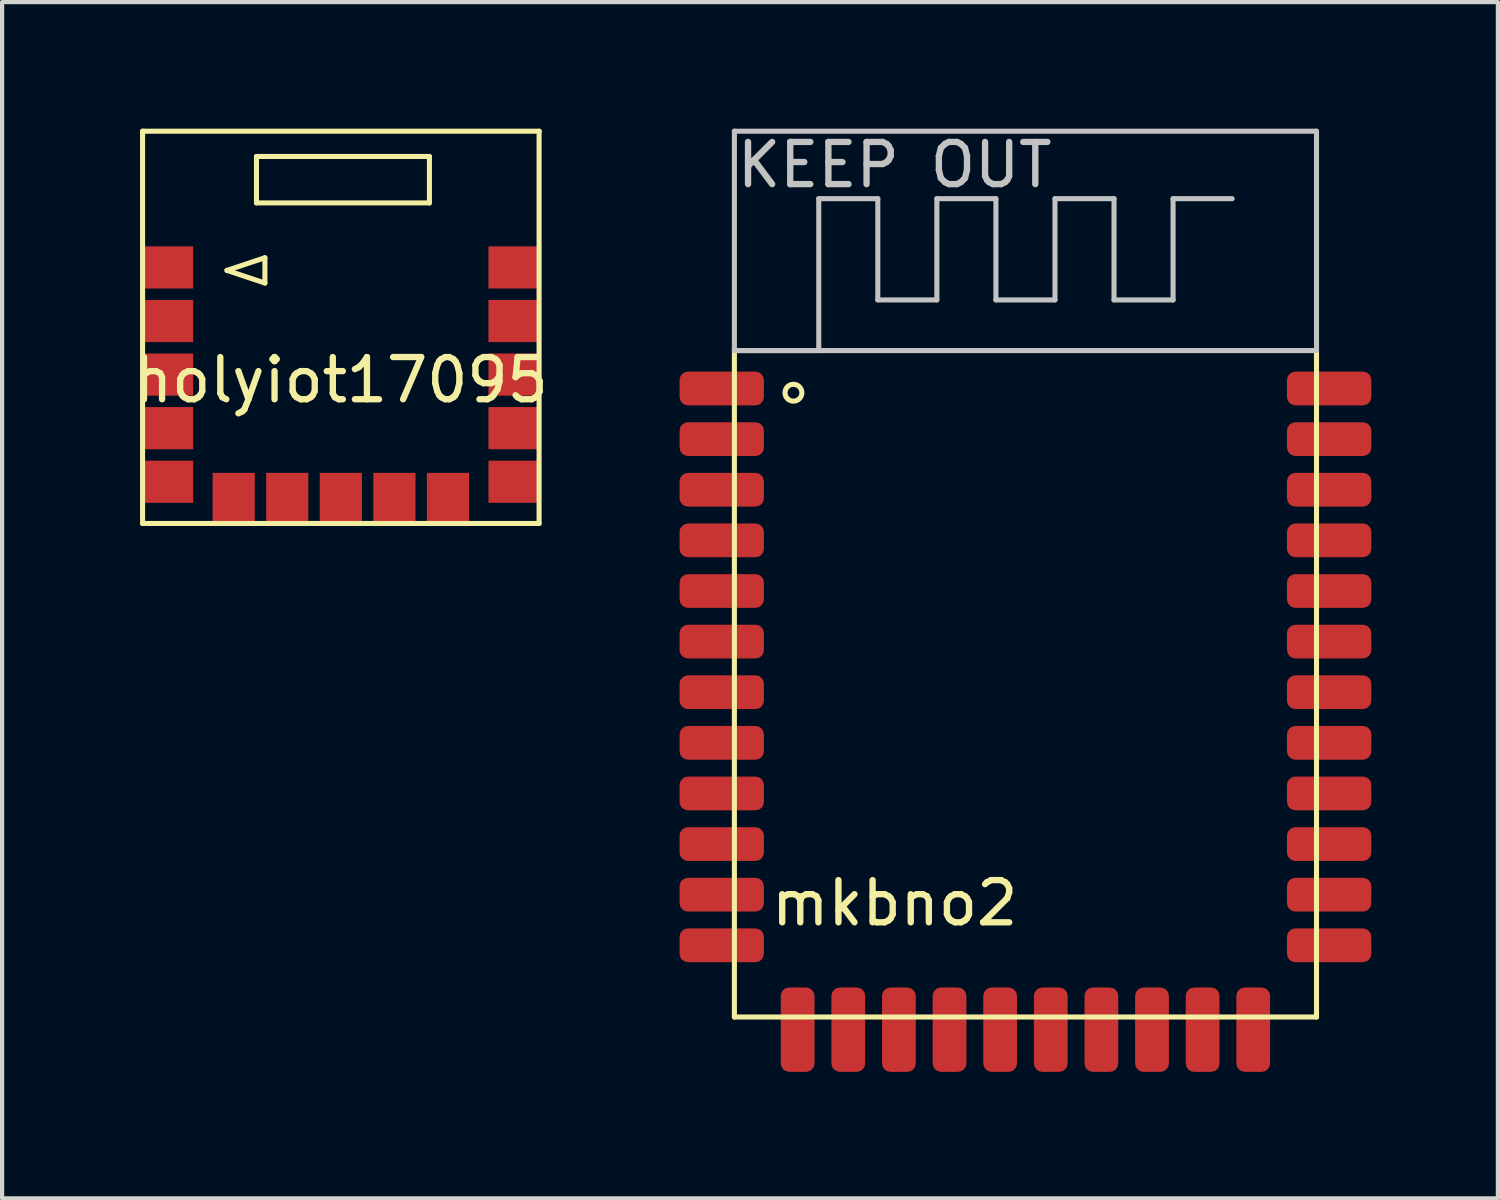
<source format=kicad_pcb>
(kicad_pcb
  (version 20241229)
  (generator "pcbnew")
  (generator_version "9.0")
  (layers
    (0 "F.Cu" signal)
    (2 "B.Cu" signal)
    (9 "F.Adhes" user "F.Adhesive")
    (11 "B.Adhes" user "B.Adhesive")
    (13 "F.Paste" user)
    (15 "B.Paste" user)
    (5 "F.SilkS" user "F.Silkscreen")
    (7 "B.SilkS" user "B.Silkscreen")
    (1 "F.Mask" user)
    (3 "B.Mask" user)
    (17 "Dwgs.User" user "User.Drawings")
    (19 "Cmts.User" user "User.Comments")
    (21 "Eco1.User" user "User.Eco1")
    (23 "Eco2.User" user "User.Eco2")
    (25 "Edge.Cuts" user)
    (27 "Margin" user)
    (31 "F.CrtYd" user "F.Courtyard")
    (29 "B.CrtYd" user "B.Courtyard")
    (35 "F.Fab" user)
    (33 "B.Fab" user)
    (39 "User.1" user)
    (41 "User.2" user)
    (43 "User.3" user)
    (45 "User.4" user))
  (footprint "mkbno2"
    (layer "F.Cu")
    (at 14.36 21.06)
    (property "Reference" "mkbno2" (at 3.8 -2.7 0) (layer "F.SilkS") (effects (font (size 1 1) (thickness 0.15))))
    (attr through_hole)
    (fp_line (start 0 -15.8) (end 13.8 -15.8) (stroke (width 0.12) (type solid)) (layer "F.SilkS"))
    (fp_line (start 0 0) (end 0 -15.8) (stroke (width 0.12) (type solid)) (layer "F.SilkS"))
    (fp_line (start 13.8 -15.8) (end 13.8 0) (stroke (width 0.12) (type solid)) (layer "F.SilkS"))
    (fp_line (start 13.8 0) (end 0 0) (stroke (width 0.12) (type solid)) (layer "F.SilkS"))
    (fp_circle (center 1.4 -14.8) (end 1.6 -14.8) (stroke (width 0.12) (type solid)) (fill no) (layer "F.SilkS"))
    (fp_line (start 0 -21) (end 13.8 -21) (stroke (width 0.12) (type solid)) (layer "Dwgs.User"))
    (fp_line (start 0 -15.8) (end 0 -21) (stroke (width 0.12) (type solid)) (layer "Dwgs.User"))
    (fp_line (start 0 -15.8) (end 2 -15.8) (stroke (width 0.12) (type solid)) (layer "Dwgs.User"))
    (fp_line (start 2 -19.4) (end 3.4 -19.4) (stroke (width 0.12) (type solid)) (layer "Dwgs.User"))
    (fp_line (start 2 -15.8) (end 2 -19.4) (stroke (width 0.12) (type solid)) (layer "Dwgs.User"))
    (fp_line (start 3.4 -19.4) (end 3.4 -17) (stroke (width 0.12) (type solid)) (layer "Dwgs.User"))
    (fp_line (start 3.4 -17) (end 4.8 -17) (stroke (width 0.12) (type solid)) (layer "Dwgs.User"))
    (fp_line (start 4.8 -19.4) (end 4.8 -17) (stroke (width 0.12) (type solid)) (layer "Dwgs.User"))
    (fp_line (start 4.8 -19.4) (end 6.2 -19.4) (stroke (width 0.12) (type solid)) (layer "Dwgs.User"))
    (fp_line (start 6.2 -19.4) (end 6.2 -17) (stroke (width 0.12) (type solid)) (layer "Dwgs.User"))
    (fp_line (start 6.2 -17) (end 7.6 -17) (stroke (width 0.12) (type solid)) (layer "Dwgs.User"))
    (fp_line (start 7.6 -19.4) (end 7.6 -17) (stroke (width 0.12) (type solid)) (layer "Dwgs.User"))
    (fp_line (start 7.6 -19.4) (end 9 -19.4) (stroke (width 0.12) (type solid)) (layer "Dwgs.User"))
    (fp_line (start 9 -19.4) (end 9 -17) (stroke (width 0.12) (type solid)) (layer "Dwgs.User"))
    (fp_line (start 9 -17) (end 10.4 -17) (stroke (width 0.12) (type solid)) (layer "Dwgs.User"))
    (fp_line (start 10.4 -19.4) (end 10.4 -17) (stroke (width 0.12) (type solid)) (layer "Dwgs.User"))
    (fp_line (start 10.4 -19.4) (end 11.8 -19.4) (stroke (width 0.12) (type solid)) (layer "Dwgs.User"))
    (fp_line (start 13.8 -21) (end 13.8 -15.8) (stroke (width 0.12) (type solid)) (layer "Dwgs.User"))
    (fp_line (start 13.8 -15.8) (end 0 -15.8) (stroke (width 0.12) (type solid)) (layer "Dwgs.User"))
    (fp_text user "KEEP OUT" (at 3.8 -20.2 0) (layer "Dwgs.User") (effects (font (size 1 1) (thickness 0.15))))
    (pad "1" smd roundrect (at 0 -14.9) (size 2 0.8) (drill (offset -0.3 0)) (layers "F.Cu" "F.Mask" "F.Paste") (roundrect_rratio 0.25))
    (pad "2" smd roundrect (at 0 -13.7) (size 2 0.8) (drill (offset -0.3 0)) (layers "F.Cu" "F.Mask" "F.Paste") (roundrect_rratio 0.25))
    (pad "3" smd roundrect (at 0 -12.5) (size 2 0.8) (drill (offset -0.3 0)) (layers "F.Cu" "F.Mask" "F.Paste") (roundrect_rratio 0.25))
    (pad "4" smd roundrect (at 0 -11.3) (size 2 0.8) (drill (offset -0.3 0)) (layers "F.Cu" "F.Mask" "F.Paste") (roundrect_rratio 0.25))
    (pad "5" smd roundrect (at 0 -10.1) (size 2 0.8) (drill (offset -0.3 0)) (layers "F.Cu" "F.Mask" "F.Paste") (roundrect_rratio 0.25))
    (pad "6" smd roundrect (at 0 -8.9) (size 2 0.8) (drill (offset -0.3 0)) (layers "F.Cu" "F.Mask" "F.Paste") (roundrect_rratio 0.25))
    (pad "7" smd roundrect (at 0 -7.7) (size 2 0.8) (drill (offset -0.3 0)) (layers "F.Cu" "F.Mask" "F.Paste") (roundrect_rratio 0.25))
    (pad "8" smd roundrect (at 0 -6.5) (size 2 0.8) (drill (offset -0.3 0)) (layers "F.Cu" "F.Mask" "F.Paste") (roundrect_rratio 0.25))
    (pad "9" smd roundrect (at 0 -5.3) (size 2 0.8) (drill (offset -0.3 0)) (layers "F.Cu" "F.Mask" "F.Paste") (roundrect_rratio 0.25))
    (pad "10" smd roundrect (at 0 -4.1) (size 2 0.8) (drill (offset -0.3 0)) (layers "F.Cu" "F.Mask" "F.Paste") (roundrect_rratio 0.25))
    (pad "11" smd roundrect (at 0 -2.9) (size 2 0.8) (drill (offset -0.3 0)) (layers "F.Cu" "F.Mask" "F.Paste") (roundrect_rratio 0.25))
    (pad "12" smd roundrect (at 0 -1.7) (size 2 0.8) (drill (offset -0.3 0)) (layers "F.Cu" "F.Mask" "F.Paste") (roundrect_rratio 0.25))
    (pad "13" smd roundrect (at 1.5 0 90) (size 2 0.8) (drill (offset -0.3 0)) (layers "F.Cu" "F.Mask" "F.Paste") (roundrect_rratio 0.25))
    (pad "14" smd roundrect (at 2.7 0 90) (size 2 0.8) (drill (offset -0.3 0)) (layers "F.Cu" "F.Mask" "F.Paste") (roundrect_rratio 0.25))
    (pad "15" smd roundrect (at 3.9 0 90) (size 2 0.8) (drill (offset -0.3 0)) (layers "F.Cu" "F.Mask" "F.Paste") (roundrect_rratio 0.25))
    (pad "16" smd roundrect (at 5.1 0 90) (size 2 0.8) (drill (offset -0.3 0)) (layers "F.Cu" "F.Mask" "F.Paste") (roundrect_rratio 0.25))
    (pad "17" smd roundrect (at 6.3 0 90) (size 2 0.8) (drill (offset -0.3 0)) (layers "F.Cu" "F.Mask" "F.Paste") (roundrect_rratio 0.25))
    (pad "18" smd roundrect (at 7.5 0 90) (size 2 0.8) (drill (offset -0.3 0)) (layers "F.Cu" "F.Mask" "F.Paste") (roundrect_rratio 0.25))
    (pad "19" smd roundrect (at 8.7 0 90) (size 2 0.8) (drill (offset -0.3 0)) (layers "F.Cu" "F.Mask" "F.Paste") (roundrect_rratio 0.25))
    (pad "20" smd roundrect (at 9.9 0 90) (size 2 0.8) (drill (offset -0.3 0)) (layers "F.Cu" "F.Mask" "F.Paste") (roundrect_rratio 0.25))
    (pad "21" smd roundrect (at 11.1 0 90) (size 2 0.8) (drill (offset -0.3 0)) (layers "F.Cu" "F.Mask" "F.Paste") (roundrect_rratio 0.25))
    (pad "22" smd roundrect (at 12.3 0 90) (size 2 0.8) (drill (offset -0.3 0)) (layers "F.Cu" "F.Mask" "F.Paste") (roundrect_rratio 0.25))
    (pad "23" smd roundrect (at 13.8 -1.7 180) (size 2 0.8) (drill (offset -0.3 0)) (layers "F.Cu" "F.Mask" "F.Paste") (roundrect_rratio 0.25))
    (pad "24" smd roundrect (at 13.8 -2.9 180) (size 2 0.8) (drill (offset -0.3 0)) (layers "F.Cu" "F.Mask" "F.Paste") (roundrect_rratio 0.25))
    (pad "25" smd roundrect (at 13.8 -4.1 180) (size 2 0.8) (drill (offset -0.3 0)) (layers "F.Cu" "F.Mask" "F.Paste") (roundrect_rratio 0.25))
    (pad "26" smd roundrect (at 13.8 -5.3 180) (size 2 0.8) (drill (offset -0.3 0)) (layers "F.Cu" "F.Mask" "F.Paste") (roundrect_rratio 0.25))
    (pad "27" smd roundrect (at 13.8 -6.5 180) (size 2 0.8) (drill (offset -0.3 0)) (layers "F.Cu" "F.Mask" "F.Paste") (roundrect_rratio 0.25))
    (pad "28" smd roundrect (at 13.8 -7.7 180) (size 2 0.8) (drill (offset -0.3 0)) (layers "F.Cu" "F.Mask" "F.Paste") (roundrect_rratio 0.25))
    (pad "29" smd roundrect (at 13.8 -8.9 180) (size 2 0.8) (drill (offset -0.3 0)) (layers "F.Cu" "F.Mask" "F.Paste") (roundrect_rratio 0.25))
    (pad "30" smd roundrect (at 13.8 -10.1 180) (size 2 0.8) (drill (offset -0.3 0)) (layers "F.Cu" "F.Mask" "F.Paste") (roundrect_rratio 0.25))
    (pad "31" smd roundrect (at 13.8 -11.3 180) (size 2 0.8) (drill (offset -0.3 0)) (layers "F.Cu" "F.Mask" "F.Paste") (roundrect_rratio 0.25))
    (pad "32" smd roundrect (at 13.8 -12.5 180) (size 2 0.8) (drill (offset -0.3 0)) (layers "F.Cu" "F.Mask" "F.Paste") (roundrect_rratio 0.25))
    (pad "33" smd roundrect (at 13.8 -13.7 180) (size 2 0.8) (drill (offset -0.3 0)) (layers "F.Cu" "F.Mask" "F.Paste") (roundrect_rratio 0.25))
    (pad "34" smd roundrect (at 13.8 -14.9 180) (size 2 0.8) (drill (offset -0.3 0)) (layers "F.Cu" "F.Mask" "F.Paste") (roundrect_rratio 0.25)))
  (footprint "holyiot17095"
    (layer "F.Cu")
    (at 0.33 9.36)
    (property "Reference" "holyiot17095" (at 4.7 -3.4 0) (layer "F.SilkS") (effects (font (size 1 1) (thickness 0.15))))
    (attr through_hole)
    (fp_line (start 0 -9.3) (end 9.4 -9.3) (stroke (width 0.12) (type solid)) (layer "F.SilkS"))
    (fp_line (start 0 0) (end 0 -9.3) (stroke (width 0.12) (type solid)) (layer "F.SilkS"))
    (fp_line (start 0 0) (end 9.4 0) (stroke (width 0.12) (type solid)) (layer "F.SilkS"))
    (fp_line (start 2 -6) (end 2.9 -6.3) (stroke (width 0.12) (type solid)) (layer "F.SilkS"))
    (fp_line (start 2.7 -8.7) (end 6.8 -8.7) (stroke (width 0.12) (type solid)) (layer "F.SilkS"))
    (fp_line (start 2.7 -7.6) (end 2.7 -8.7) (stroke (width 0.12) (type solid)) (layer "F.SilkS"))
    (fp_line (start 2.9 -6.3) (end 2.9 -5.7) (stroke (width 0.12) (type solid)) (layer "F.SilkS"))
    (fp_line (start 2.9 -5.7) (end 2 -6) (stroke (width 0.12) (type solid)) (layer "F.SilkS"))
    (fp_line (start 6.8 -8.7) (end 6.8 -7.6) (stroke (width 0.12) (type solid)) (layer "F.SilkS"))
    (fp_line (start 6.8 -7.6) (end 2.7 -7.6) (stroke (width 0.12) (type solid)) (layer "F.SilkS"))
    (fp_line (start 9.4 -9.3) (end 9.4 0) (stroke (width 0.12) (type solid)) (layer "F.SilkS"))
    (pad "1" smd rect (at 0.6 -6.07) (size 1.2 1) (layers "F.Cu" "F.Mask" "F.Paste"))
    (pad "2" smd rect (at 0.6 -4.8) (size 1.2 1) (layers "F.Cu" "F.Mask" "F.Paste"))
    (pad "3" smd rect (at 0.6 -3.53) (size 1.2 1) (layers "F.Cu" "F.Mask" "F.Paste"))
    (pad "4" smd rect (at 0.6 -2.26) (size 1.2 1) (layers "F.Cu" "F.Mask" "F.Paste"))
    (pad "5" smd rect (at 0.6 -0.99) (size 1.2 1) (layers "F.Cu" "F.Mask" "F.Paste"))
    (pad "6" smd rect (at 2.16 -0.6 90) (size 1.2 1) (layers "F.Cu" "F.Mask" "F.Paste"))
    (pad "7" smd rect (at 3.43 -0.6 90) (size 1.2 1) (layers "F.Cu" "F.Mask" "F.Paste"))
    (pad "8" smd rect (at 4.7 -0.6 90) (size 1.2 1) (layers "F.Cu" "F.Mask" "F.Paste"))
    (pad "9" smd rect (at 5.97 -0.6 90) (size 1.2 1) (layers "F.Cu" "F.Mask" "F.Paste"))
    (pad "10" smd rect (at 7.24 -0.6 90) (size 1.2 1) (layers "F.Cu" "F.Mask" "F.Paste"))
    (pad "11" smd rect (at 8.8 -0.99) (size 1.2 1) (layers "F.Cu" "F.Mask" "F.Paste"))
    (pad "12" smd rect (at 8.8 -2.26) (size 1.2 1) (layers "F.Cu" "F.Mask" "F.Paste"))
    (pad "13" smd rect (at 8.8 -3.53) (size 1.2 1) (layers "F.Cu" "F.Mask" "F.Paste"))
    (pad "14" smd rect (at 8.8 -4.8) (size 1.2 1) (layers "F.Cu" "F.Mask" "F.Paste"))
    (pad "15" smd rect (at 8.8 -6.07) (size 1.2 1) (layers "F.Cu" "F.Mask" "F.Paste")))
  (gr_rect
    (start -3 -3)
    (end 32.46 25.36)
    (stroke (width 0.1) (type default))
    (fill no)
    (layer "Edge.Cuts")))
</source>
